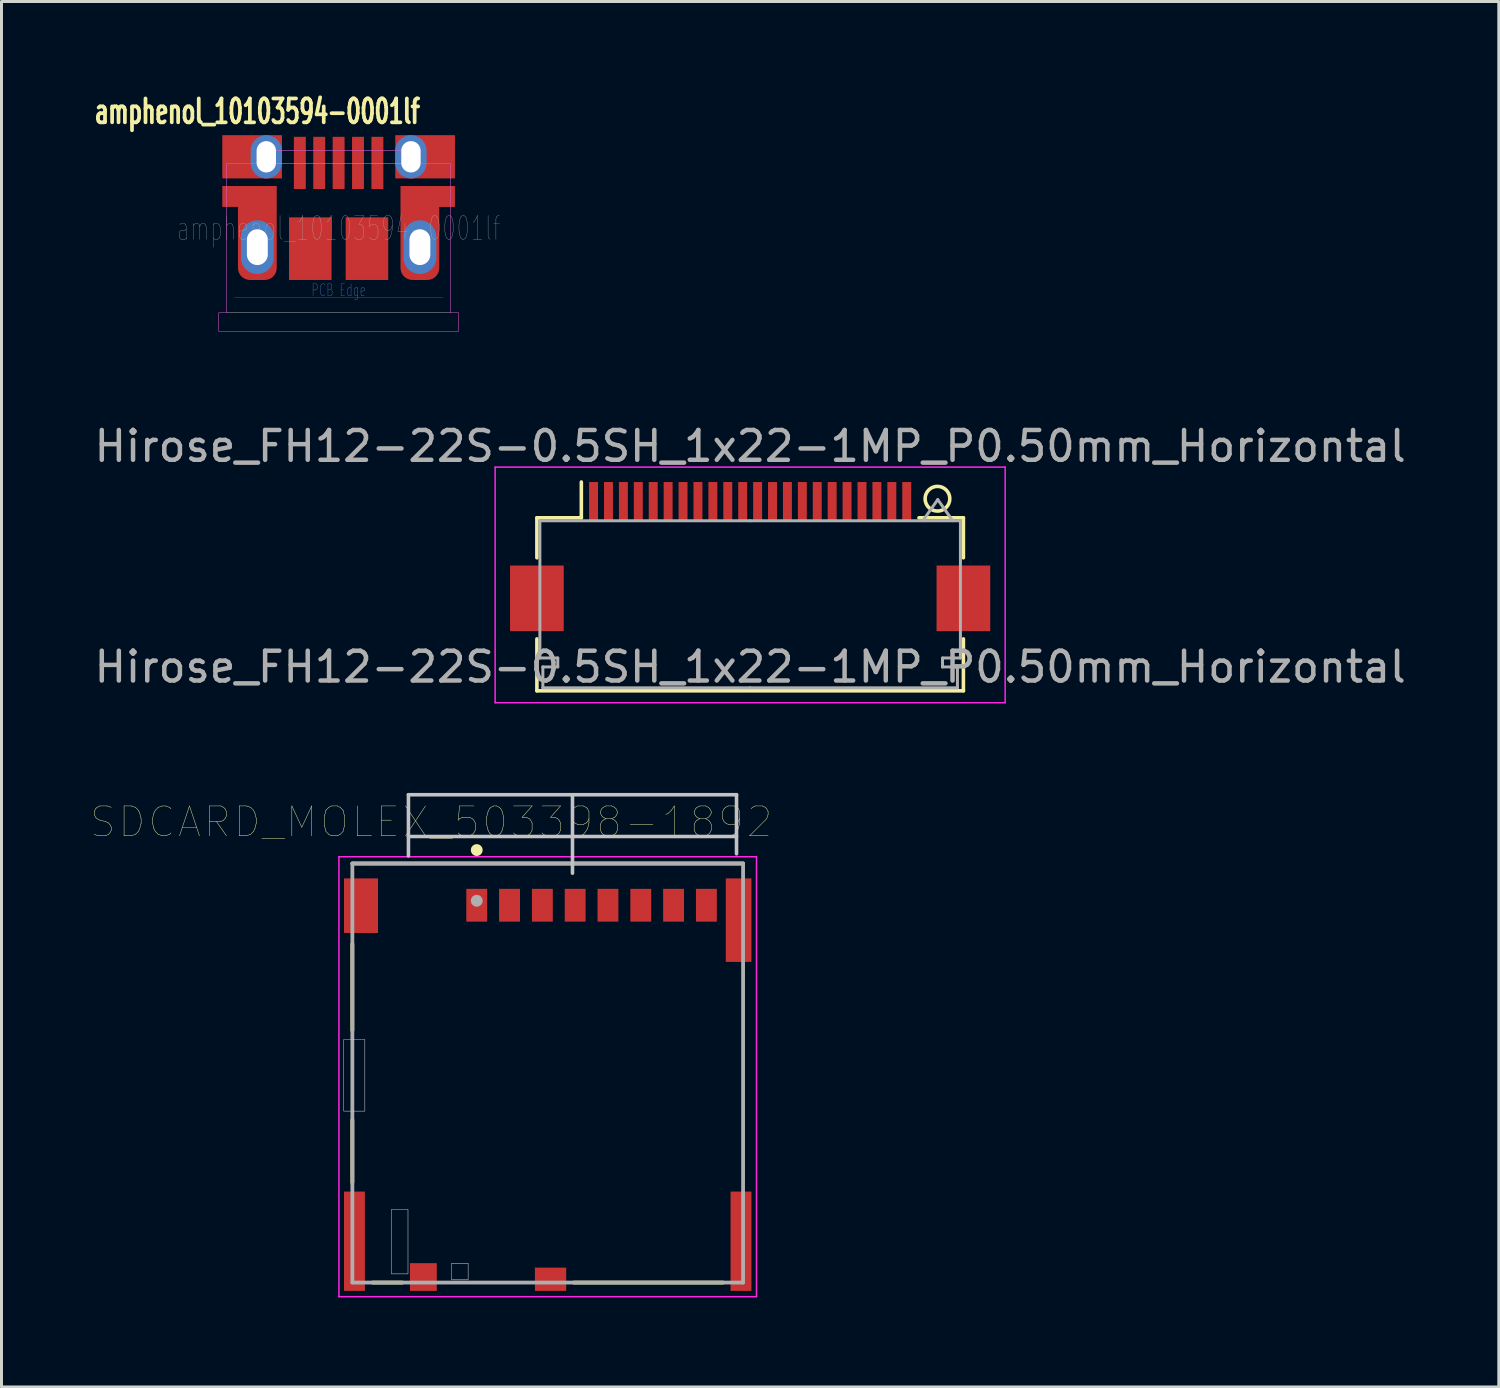
<source format=kicad_pcb>
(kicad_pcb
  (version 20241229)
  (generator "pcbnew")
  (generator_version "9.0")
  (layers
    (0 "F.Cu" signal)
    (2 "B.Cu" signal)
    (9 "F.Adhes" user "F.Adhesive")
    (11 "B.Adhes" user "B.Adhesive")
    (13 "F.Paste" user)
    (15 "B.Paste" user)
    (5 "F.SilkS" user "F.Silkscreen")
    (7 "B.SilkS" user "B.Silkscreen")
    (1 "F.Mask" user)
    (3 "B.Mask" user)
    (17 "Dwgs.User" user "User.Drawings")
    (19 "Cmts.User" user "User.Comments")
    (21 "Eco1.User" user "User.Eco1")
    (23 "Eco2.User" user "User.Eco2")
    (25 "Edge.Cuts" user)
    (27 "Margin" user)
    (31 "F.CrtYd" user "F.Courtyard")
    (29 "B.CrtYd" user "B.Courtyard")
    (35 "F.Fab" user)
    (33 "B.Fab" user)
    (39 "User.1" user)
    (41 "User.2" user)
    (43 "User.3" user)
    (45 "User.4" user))
  (footprint "Hirose_FH12-22S-0.5SH_1x22-1MP_P0.50mm_Horizontal"
    (layer "F.Cu")
    (at 22.101 15.611)
    (property "Reference" "Hirose_FH12-22S-0.5SH_1x22-1MP_P0.50mm_Horizontal" (at 0 -3.7 180) (layer "F.Fab") (effects (font (size 1 1) (thickness 0.15))))
    (attr smd)
    (fp_line (start -7.15 -1.3) (end -7.15 0.04) (stroke (width 0.12) (type solid)) (layer "F.SilkS"))
    (fp_line (start -7.15 2.76) (end -7.15 4.5) (stroke (width 0.12) (type solid)) (layer "F.SilkS"))
    (fp_line (start -7.15 4.5) (end 7.15 4.5) (stroke (width 0.12) (type solid)) (layer "F.SilkS"))
    (fp_line (start -5.66 -1.3) (end -7.15 -1.3) (stroke (width 0.12) (type solid)) (layer "F.SilkS"))
    (fp_line (start -5.66 -1.3) (end -5.66 -2.5) (stroke (width 0.12) (type solid)) (layer "F.SilkS"))
    (fp_line (start 5.66 -1.3) (end 7.15 -1.3) (stroke (width 0.12) (type solid)) (layer "F.SilkS"))
    (fp_line (start 7.15 -1.3) (end 7.15 0.04) (stroke (width 0.12) (type solid)) (layer "F.SilkS"))
    (fp_line (start 7.15 4.5) (end 7.15 2.76) (stroke (width 0.12) (type solid)) (layer "F.SilkS"))
    (fp_circle (center 6.28 -1.94) (end 6.61 -1.69) (stroke (width 0.12) (type solid)) (fill no) (layer "F.SilkS"))
    (fp_line (start -8.55 -3) (end -8.55 4.9) (stroke (width 0.05) (type solid)) (layer "F.CrtYd"))
    (fp_line (start -8.55 4.9) (end 8.55 4.9) (stroke (width 0.05) (type solid)) (layer "F.CrtYd"))
    (fp_line (start 8.55 -3) (end -8.55 -3) (stroke (width 0.05) (type solid)) (layer "F.CrtYd"))
    (fp_line (start 8.55 4.9) (end 8.55 -3) (stroke (width 0.05) (type solid)) (layer "F.CrtYd"))
    (fp_line (start -7.05 -1.2) (end -7.05 3.4) (stroke (width 0.1) (type solid)) (layer "F.Fab"))
    (fp_line (start -7.05 3.4) (end -6.45 3.4) (stroke (width 0.1) (type solid)) (layer "F.Fab"))
    (fp_line (start -6.95 3.7) (end -6.95 4.4) (stroke (width 0.1) (type solid)) (layer "F.Fab"))
    (fp_line (start -6.95 4.4) (end 0 4.4) (stroke (width 0.1) (type solid)) (layer "F.Fab"))
    (fp_line (start -6.45 3.4) (end -6.45 3.7) (stroke (width 0.1) (type solid)) (layer "F.Fab"))
    (fp_line (start -6.45 3.7) (end -6.95 3.7) (stroke (width 0.1) (type solid)) (layer "F.Fab"))
    (fp_line (start 0 -1.2) (end -7.05 -1.2) (stroke (width 0.1) (type solid)) (layer "F.Fab"))
    (fp_line (start 0 -1.2) (end 7.05 -1.2) (stroke (width 0.1) (type solid)) (layer "F.Fab"))
    (fp_line (start 6.29 -1.91) (end 5.79 -1.203) (stroke (width 0.1) (type solid)) (layer "F.Fab"))
    (fp_line (start 6.45 3.4) (end 6.45 3.7) (stroke (width 0.1) (type solid)) (layer "F.Fab"))
    (fp_line (start 6.45 3.7) (end 6.95 3.7) (stroke (width 0.1) (type solid)) (layer "F.Fab"))
    (fp_line (start 6.79 -1.203) (end 6.29 -1.91) (stroke (width 0.1) (type solid)) (layer "F.Fab"))
    (fp_line (start 6.95 3.7) (end 6.95 4.4) (stroke (width 0.1) (type solid)) (layer "F.Fab"))
    (fp_line (start 6.95 4.4) (end 0 4.4) (stroke (width 0.1) (type solid)) (layer "F.Fab"))
    (fp_line (start 7.05 -1.2) (end 7.05 3.4) (stroke (width 0.1) (type solid)) (layer "F.Fab"))
    (fp_line (start 7.05 3.4) (end 6.45 3.4) (stroke (width 0.1) (type solid)) (layer "F.Fab"))
    (fp_text user "${REFERENCE}" (at 0 3.7 180) (layer "F.Fab") (effects (font (size 1 1) (thickness 0.15))))
    (pad "1" smd rect (at 5.25 -1.85) (size 0.3 1.3) (layers "F.Cu" "F.Mask" "F.Paste"))
    (pad "2" smd rect (at 4.75 -1.85) (size 0.3 1.3) (layers "F.Cu" "F.Mask" "F.Paste"))
    (pad "3" smd rect (at 4.25 -1.85) (size 0.3 1.3) (layers "F.Cu" "F.Mask" "F.Paste"))
    (pad "4" smd rect (at 3.75 -1.85) (size 0.3 1.3) (layers "F.Cu" "F.Mask" "F.Paste"))
    (pad "5" smd rect (at 3.25 -1.85) (size 0.3 1.3) (layers "F.Cu" "F.Mask" "F.Paste"))
    (pad "6" smd rect (at 2.75 -1.85) (size 0.3 1.3) (layers "F.Cu" "F.Mask" "F.Paste"))
    (pad "7" smd rect (at 2.25 -1.85) (size 0.3 1.3) (layers "F.Cu" "F.Mask" "F.Paste"))
    (pad "8" smd rect (at 1.75 -1.85) (size 0.3 1.3) (layers "F.Cu" "F.Mask" "F.Paste"))
    (pad "9" smd rect (at 1.25 -1.85) (size 0.3 1.3) (layers "F.Cu" "F.Mask" "F.Paste"))
    (pad "10" smd rect (at 0.75 -1.85) (size 0.3 1.3) (layers "F.Cu" "F.Mask" "F.Paste"))
    (pad "11" smd rect (at 0.25 -1.85) (size 0.3 1.3) (layers "F.Cu" "F.Mask" "F.Paste"))
    (pad "12" smd rect (at -0.25 -1.85) (size 0.3 1.3) (layers "F.Cu" "F.Mask" "F.Paste"))
    (pad "13" smd rect (at -0.75 -1.85) (size 0.3 1.3) (layers "F.Cu" "F.Mask" "F.Paste"))
    (pad "14" smd rect (at -1.25 -1.85) (size 0.3 1.3) (layers "F.Cu" "F.Mask" "F.Paste"))
    (pad "15" smd rect (at -1.75 -1.85) (size 0.3 1.3) (layers "F.Cu" "F.Mask" "F.Paste"))
    (pad "16" smd rect (at -2.25 -1.85) (size 0.3 1.3) (layers "F.Cu" "F.Mask" "F.Paste"))
    (pad "17" smd rect (at -2.75 -1.85) (size 0.3 1.3) (layers "F.Cu" "F.Mask" "F.Paste"))
    (pad "18" smd rect (at -3.25 -1.85) (size 0.3 1.3) (layers "F.Cu" "F.Mask" "F.Paste"))
    (pad "19" smd rect (at -3.75 -1.85) (size 0.3 1.3) (layers "F.Cu" "F.Mask" "F.Paste"))
    (pad "20" smd rect (at -4.25 -1.85) (size 0.3 1.3) (layers "F.Cu" "F.Mask" "F.Paste"))
    (pad "21" smd rect (at -4.75 -1.85) (size 0.3 1.3) (layers "F.Cu" "F.Mask" "F.Paste"))
    (pad "22" smd rect (at -5.25 -1.85) (size 0.3 1.3) (layers "F.Cu" "F.Mask" "F.Paste"))
    (pad "MP" smd rect (at -7.15 1.4) (size 1.8 2.2) (layers "F.Cu" "F.Mask" "F.Paste"))
    (pad "MP" smd rect (at 7.15 1.4) (size 1.8 2.2) (layers "F.Cu" "F.Mask" "F.Paste")))
  (footprint "SDCARD_MOLEX_503398-1892"
    (layer "F.Cu")
    (at 15.314 32.926)
    (property "Reference" "SDCARD_MOLEX_503398-1892" (at -3.908 -8.416 0) (layer "F.SilkS") (effects (font (size 1.001 1.001) (thickness 0.015))))
    (attr smd)
    (fp_line (start -6.55 -7.025) (end 6.55 -7.025) (stroke (width 0.127) (type solid)) (layer "F.SilkS"))
    (fp_line (start -6.55 -4.325) (end -6.55 -1.425) (stroke (width 0.127) (type solid)) (layer "F.SilkS"))
    (fp_line (start -6.55 1.575) (end -6.55 3.675) (stroke (width 0.127) (type solid)) (layer "F.SilkS"))
    (fp_line (start -5.876 7.025) (end -4.874 7.025) (stroke (width 0.127) (type solid)) (layer "F.SilkS"))
    (fp_line (start 0.874 7.025) (end 5.876 7.025) (stroke (width 0.127) (type solid)) (layer "F.SilkS"))
    (fp_circle (center -2.38 -7.475) (end -2.28 -7.475) (stroke (width 0.2) (type solid)) (fill no) (layer "F.SilkS"))
    (fp_line (start -4.67 -9.33) (end -4.67 -7.28) (stroke (width 0.12) (type solid)) (layer "Dwgs.User"))
    (fp_line (start -4.67 -9.33) (end 6.33 -9.33) (stroke (width 0.12) (type solid)) (layer "Dwgs.User"))
    (fp_line (start -4.67 -7.93) (end 6.33 -7.93) (stroke (width 0.12) (type solid)) (layer "Dwgs.User"))
    (fp_line (start 0.83 -6.7) (end 0.83 -9.33) (stroke (width 0.12) (type solid)) (layer "Dwgs.User"))
    (fp_line (start 6.33 -9.33) (end 6.33 -7.35) (stroke (width 0.12) (type solid)) (layer "Dwgs.User"))
    (fp_poly (pts (xy -6.842 -1.125) (xy -6.13 -1.125) (xy -6.13 1.277) (xy -6.842 1.277)) (stroke (width 0.01) (type solid)) (fill no) (layer "Dwgs.User"))
    (fp_poly (pts (xy -6.836 -1.125) (xy -6.13 -1.125) (xy -6.13 1.276) (xy -6.836 1.276)) (stroke (width 0.01) (type solid)) (fill no) (layer "Dwgs.User"))
    (fp_poly (pts (xy -5.245 4.575) (xy -4.685 4.575) (xy -4.685 6.738) (xy -5.245 6.738)) (stroke (width 0.01) (type solid)) (fill no) (layer "Dwgs.User"))
    (fp_poly (pts (xy -5.239 4.575) (xy -4.685 4.575) (xy -4.685 6.73) (xy -5.239 6.73)) (stroke (width 0.01) (type solid)) (fill no) (layer "Dwgs.User"))
    (fp_poly (pts (xy -3.225 6.375) (xy -2.67 6.375) (xy -2.67 6.937) (xy -3.225 6.937)) (stroke (width 0.01) (type solid)) (fill no) (layer "Dwgs.User"))
    (fp_poly (pts (xy -3.223 6.375) (xy -2.67 6.375) (xy -2.67 6.93) (xy -3.223 6.93)) (stroke (width 0.01) (type solid)) (fill no) (layer "Dwgs.User"))
    (fp_poly (pts (xy -3.17 -3.725) (xy -3.17 1.275) (xy -3.82 1.275) (xy -3.82 3.875) (xy 0.57 3.875) (xy 0.57 5.125) (xy -1.73 5.125) (xy -1.73 7.305) (xy -0.43 7.305) (xy -0.43 6.525) (xy 6.13 6.525) (xy 6.13 3.975) (xy 6.83 3.975) (xy 6.83 -3.725)) (stroke (width 0.0001) (type solid)) (fill no) (layer "Dwgs.User"))
    (fp_poly (pts (xy -3.17 -3.725) (xy -3.17 1.275) (xy -3.82 1.275) (xy -3.82 3.875) (xy 0.57 3.875) (xy 0.57 5.125) (xy -1.73 5.125) (xy -1.73 7.305) (xy -0.43 7.305) (xy -0.43 6.525) (xy 6.13 6.525) (xy 6.13 3.975) (xy 6.83 3.975) (xy 6.83 -3.725)) (stroke (width 0.0001) (type solid)) (fill no) (layer "Dwgs.User"))
    (fp_line (start -7 -7.25) (end 7 -7.25) (stroke (width 0.05) (type solid)) (layer "F.CrtYd"))
    (fp_line (start -7 7.5) (end -7 -7.25) (stroke (width 0.05) (type solid)) (layer "F.CrtYd"))
    (fp_line (start 7 -7.25) (end 7 7.5) (stroke (width 0.05) (type solid)) (layer "F.CrtYd"))
    (fp_line (start 7 7.5) (end -7 7.5) (stroke (width 0.05) (type solid)) (layer "F.CrtYd"))
    (fp_line (start -6.55 -7.025) (end 6.55 -7.025) (stroke (width 0.127) (type solid)) (layer "F.Fab"))
    (fp_line (start -6.55 7.025) (end -6.55 -7.025) (stroke (width 0.127) (type solid)) (layer "F.Fab"))
    (fp_line (start 6.55 -7.025) (end 6.55 7.025) (stroke (width 0.127) (type solid)) (layer "F.Fab"))
    (fp_line (start 6.55 7.025) (end -6.55 7.025) (stroke (width 0.127) (type solid)) (layer "F.Fab"))
    (fp_circle (center -2.38 -5.775) (end -2.28 -5.775) (stroke (width 0.2) (type solid)) (fill no) (layer "F.Fab"))
    (pad "1" smd rect (at -2.38 -5.625) (size 0.7 1.1) (layers "F.Cu" "F.Mask" "F.Paste"))
    (pad "2" smd rect (at -1.28 -5.625) (size 0.7 1.1) (layers "F.Cu" "F.Mask" "F.Paste"))
    (pad "3" smd rect (at -0.18 -5.625) (size 0.7 1.1) (layers "F.Cu" "F.Mask" "F.Paste"))
    (pad "4" smd rect (at 0.92 -5.625) (size 0.7 1.1) (layers "F.Cu" "F.Mask" "F.Paste"))
    (pad "5" smd rect (at 2.02 -5.625) (size 0.7 1.1) (layers "F.Cu" "F.Mask" "F.Paste"))
    (pad "6" smd rect (at 3.12 -5.625) (size 0.7 1.1) (layers "F.Cu" "F.Mask" "F.Paste"))
    (pad "7" smd rect (at 4.22 -5.625) (size 0.7 1.1) (layers "F.Cu" "F.Mask" "F.Paste"))
    (pad "8" smd rect (at 5.32 -5.625) (size 0.7 1.1) (layers "F.Cu" "F.Mask" "F.Paste"))
    (pad "9" smd rect (at -4.17 6.84) (size 0.9 0.93) (layers "F.Cu" "F.Mask" "F.Paste"))
    (pad "10" smd rect (at 0.095 6.915) (size 1.05 0.78) (layers "F.Cu" "F.Mask" "F.Paste"))
    (pad "11" smd rect (at -6.48 5.64) (size 0.7 3.33) (layers "F.Cu" "F.Mask" "F.Paste"))
    (pad "11" smd rect (at -6.26 -5.61) (size 1.14 1.83) (layers "F.Cu" "F.Mask" "F.Paste"))
    (pad "11" smd rect (at 6.4 -5.125) (size 0.86 2.8) (layers "F.Cu" "F.Mask" "F.Paste"))
    (pad "11" smd rect (at 6.48 5.64) (size 0.7 3.33) (layers "F.Cu" "F.Mask" "F.Paste")))
  (footprint "amphenol_10103594-0001lf"
    (layer "F.Cu")
    (at 8.303 5.237)
    (property "Reference" "amphenol_10103594-0001lf" (at -2.725 -4.55 0) (unlocked yes) (layer "F.SilkS") (effects (font (size 0.8 0.5) (thickness 0.125) (bold yes))))
    (attr through_hole)
    (fp_rect (start -3.8 -2) (end -2.175 -1.4) (stroke (width 0) (type solid)) (fill yes) (layer "F.Paste"))
    (fp_rect (start -2 -3.7) (end -3.4 -2.375) (stroke (width 0) (type solid)) (fill yes) (layer "F.Paste"))
    (fp_rect (start -1.6 -0.9) (end -0.3 -0.1) (stroke (width 0) (type solid)) (fill yes) (layer "F.Paste"))
    (fp_rect (start -1.6 0.2) (end -0.3 1) (stroke (width 0) (type solid)) (fill yes) (layer "F.Paste"))
    (fp_rect (start 1.6 -0.9) (end 0.3 -0.1) (stroke (width 0) (type solid)) (fill yes) (layer "F.Paste"))
    (fp_rect (start 1.6 0.2) (end 0.3 1) (stroke (width 0) (type solid)) (fill yes) (layer "F.Paste"))
    (fp_rect (start 2 -3.7) (end 3.4 -2.375) (stroke (width 0) (type solid)) (fill yes) (layer "F.Paste"))
    (fp_rect (start 3.8 -2) (end 2.175 -1.4) (stroke (width 0) (type solid)) (fill yes) (layer "F.Paste"))
    (fp_poly (pts (xy -3.275 -1.1) (xy -2.175 -1.1) (xy -2.2 0.85) (xy -2.325 1) (xy -3.125 1) (xy -3.275 0.85)) (stroke (width 0) (type solid)) (fill yes) (layer "F.Paste"))
    (fp_poly (pts (xy 3.275 -1.1) (xy 2.175 -1.1) (xy 2.2 0.85) (xy 2.325 1) (xy 3.125 1) (xy 3.275 0.85)) (stroke (width 0) (type solid)) (fill yes) (layer "F.Paste"))
    (fp_line (start -3.5 1.7) (end 3.5 1.7) (stroke (width 0.01) (type default)) (layer "Cmts.User"))
    (fp_poly (pts (xy -4.02 2.82) (xy -4.02 2.2) (xy -3.75 2.2) (xy -3.75 -2.8) (xy -2.66 -2.8) (xy -2.66 -3.25) (xy 2.66 -3.25) (xy 2.66 -2.8) (xy 3.75 -2.8) (xy 3.75 2.2) (xy 4.02 2.2) (xy 4.02 2.82)) (stroke (width 0.01) (type solid)) (fill no) (layer "F.CrtYd"))
    (fp_rect (start -4.02 2.2) (end 4.02 2.82) (stroke (width 0.01) (type solid)) (fill no) (layer "F.Fab"))
    (fp_rect (start -3.75 -2.8) (end 3.75 2.2) (stroke (width 0.01) (type solid)) (fill no) (layer "F.Fab"))
    (fp_rect (start -2.66 -3.25) (end 2.66 -2.8) (stroke (width 0.01) (type solid)) (fill no) (layer "F.Fab"))
    (fp_text user "PCB Edge" (at 0 1.675 0) (unlocked yes) (layer "Cmts.User") (effects (font (size 0.4 0.25) (thickness 0.01)) (justify bottom)))
    (fp_text user "${REFERENCE}" (at 0 -0.633 0) (unlocked yes) (layer "F.Fab") (effects (font (size 0.8 0.5) (thickness 0.01))))
    (pad "1" smd rect (at -1.3 -2.825) (size 0.4 1.75) (layers "F.Cu" "F.Mask" "F.Paste"))
    (pad "2" smd rect (at -0.65 -2.825) (size 0.4 1.75) (layers "F.Cu" "F.Mask" "F.Paste"))
    (pad "3" smd rect (at 0 -2.825) (size 0.4 1.75) (layers "F.Cu" "F.Mask" "F.Paste"))
    (pad "4" smd rect (at 0.65 -2.825) (size 0.4 1.75) (layers "F.Cu" "F.Mask" "F.Paste"))
    (pad "5" smd rect (at 1.3 -2.825) (size 0.4 1.75) (layers "F.Cu" "F.Mask" "F.Paste"))
    (pad "6" smd rect (at -2.9 -3.03) (size 2 1.45) (layers "F.Cu" "F.Mask"))
    (pad "6" thru_hole oval (at -2.425 -3.03) (size 1.05 1.45) (drill oval 0.65 1.05) (layers "*.Cu" "B.Mask"))
    (pad "7" smd custom (at -2.725 -1.4) (size 1.3 1.3) (layers "F.Cu" "F.Mask") (options (anchor rect)) (primitives (gr_poly (pts (xy 0.65 -0.65) (xy 0.65 2.1) (xy 0.25 2.1) (xy 0.25 2.5) (xy -0.25 2.5) (xy -0.25 2.1) (xy -0.65 2.1) (xy -0.65 0.05) (xy -1.175 0.05) (xy -1.175 -0.65)) (width 0) (fill yes)) (gr_circle (center 0.25 2.1) (end -0.15 2.1) (width 0) (fill yes)) (gr_circle (center -0.25 2.1) (end -0.65 2.1) (width 0) (fill yes))))
    (pad "7" thru_hole oval (at -2.725 0) (size 1.1 1.8) (drill oval 0.7 1.2) (layers "*.Cu" "B.Mask"))
    (pad "8" smd rect (at -0.95 0.05) (size 1.425 2.1) (layers "F.Cu" "F.Mask"))
    (pad "9" thru_hole oval (at 2.425 -3.03) (size 1.05 1.45) (drill oval 0.65 1.05) (layers "*.Cu" "B.Mask"))
    (pad "9" smd rect (at 2.9 -3.03) (size 2 1.45) (layers "F.Cu" "F.Mask"))
    (pad "10" smd custom (at 2.725 -1.4) (size 1.3 1.3) (layers "F.Cu" "F.Mask") (options (anchor rect)) (primitives (gr_poly (pts (xy -0.65 -0.65) (xy -0.65 2.1) (xy -0.25 2.1) (xy -0.25 2.5) (xy 0.25 2.5) (xy 0.25 2.1) (xy 0.65 2.1) (xy 0.65 0.05) (xy 1.175 0.05) (xy 1.175 -0.65)) (width 0) (fill yes)) (gr_circle (center -0.25 2.1) (end 0.15 2.1) (width 0) (fill yes)) (gr_circle (center 0.25 2.1) (end 0.65 2.1) (width 0) (fill yes))))
    (pad "10" thru_hole oval (at 2.725 0) (size 1.1 1.8) (drill oval 0.7 1.2) (layers "*.Cu" "B.Mask"))
    (pad "11" smd rect (at 0.95 0.05) (size 1.425 2.1) (layers "F.Cu" "F.Mask")))
  (gr_rect
    (start -3 -3)
    (end 47.202 43.451)
    (stroke (width 0.1) (type default))
    (fill no)
    (layer "Edge.Cuts")))
</source>
